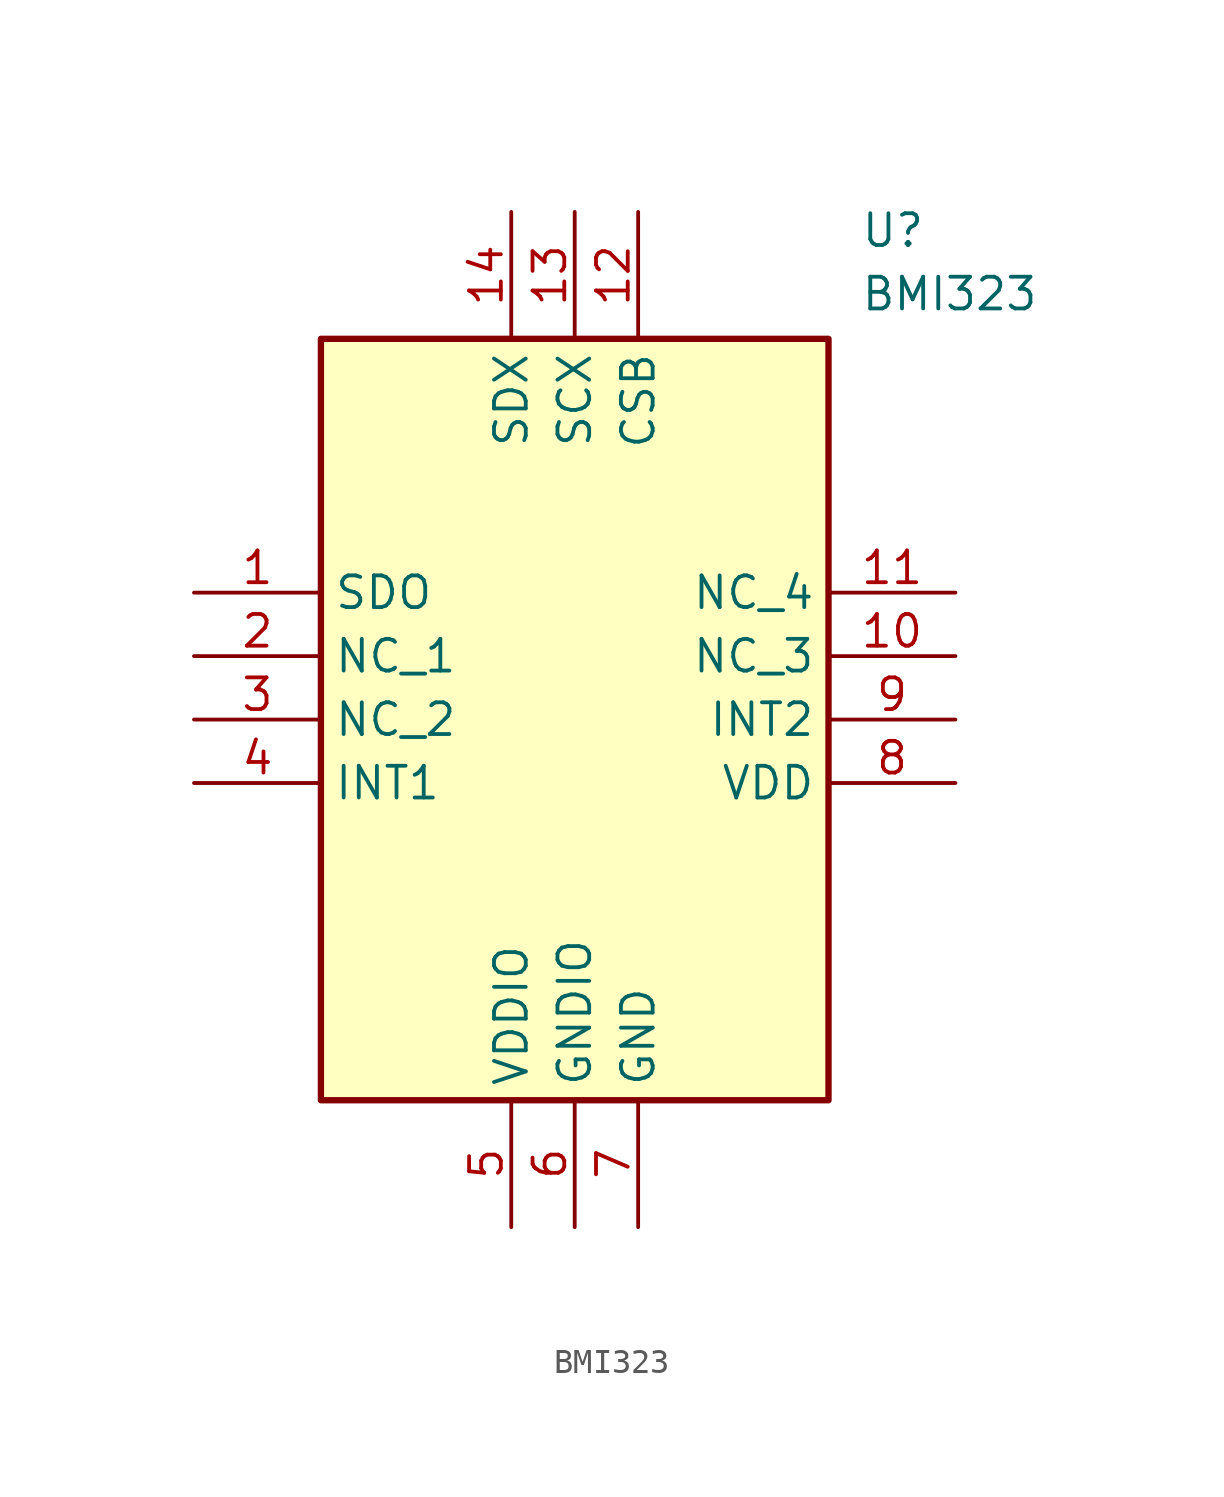
<source format=kicad_sym>
(kicad_symbol_lib
  (version 20241209)
  (generator "kicad_symbol_editor")
  (generator_version "9.0")
  (symbol "BMI323"
    (property "Reference" "U"
      (at 26.67 15.24 0)
      (effects (font (size 1.27 1.27)) (justify left top)))
    (property "Value" "BMI323"
      (at 26.67 12.7 0)
      (effects (font (size 1.27 1.27)) (justify left top)))
    (symbol "BMI323_1_1"
      (rectangle (start 5.08 10.16) (end 25.4 -20.32) (stroke (width 0.254) (type default)) (fill (type background)))
      (pin passive line (at 0 0 0) (length 5.08) (name "SDO" (effects (font (size 1.27 1.27)))) (number "1" (effects (font (size 1.27 1.27)))))
      (pin passive line (at 0 -2.54 0) (length 5.08) (name "NC_1" (effects (font (size 1.27 1.27)))) (number "2" (effects (font (size 1.27 1.27)))))
      (pin passive line (at 0 -5.08 0) (length 5.08) (name "NC_2" (effects (font (size 1.27 1.27)))) (number "3" (effects (font (size 1.27 1.27)))))
      (pin passive line (at 0 -7.62 0) (length 5.08) (name "INT1" (effects (font (size 1.27 1.27)))) (number "4" (effects (font (size 1.27 1.27)))))
      (pin passive line (at 12.7 15.24 270) (length 5.08) (name "SDX" (effects (font (size 1.27 1.27)))) (number "14" (effects (font (size 1.27 1.27)))))
      (pin passive line (at 12.7 -25.4 90) (length 5.08) (name "VDDIO" (effects (font (size 1.27 1.27)))) (number "5" (effects (font (size 1.27 1.27)))))
      (pin passive line (at 15.24 15.24 270) (length 5.08) (name "SCX" (effects (font (size 1.27 1.27)))) (number "13" (effects (font (size 1.27 1.27)))))
      (pin passive line (at 15.24 -25.4 90) (length 5.08) (name "GNDIO" (effects (font (size 1.27 1.27)))) (number "6" (effects (font (size 1.27 1.27)))))
      (pin passive line (at 17.78 15.24 270) (length 5.08) (name "CSB" (effects (font (size 1.27 1.27)))) (number "12" (effects (font (size 1.27 1.27)))))
      (pin passive line (at 17.78 -25.4 90) (length 5.08) (name "GND" (effects (font (size 1.27 1.27)))) (number "7" (effects (font (size 1.27 1.27)))))
      (pin passive line (at 30.48 0 180) (length 5.08) (name "NC_4" (effects (font (size 1.27 1.27)))) (number "11" (effects (font (size 1.27 1.27)))))
      (pin passive line (at 30.48 -2.54 180) (length 5.08) (name "NC_3" (effects (font (size 1.27 1.27)))) (number "10" (effects (font (size 1.27 1.27)))))
      (pin passive line (at 30.48 -5.08 180) (length 5.08) (name "INT2" (effects (font (size 1.27 1.27)))) (number "9" (effects (font (size 1.27 1.27)))))
      (pin passive line (at 30.48 -7.62 180) (length 5.08) (name "VDD" (effects (font (size 1.27 1.27)))) (number "8" (effects (font (size 1.27 1.27))))))))
</source>
